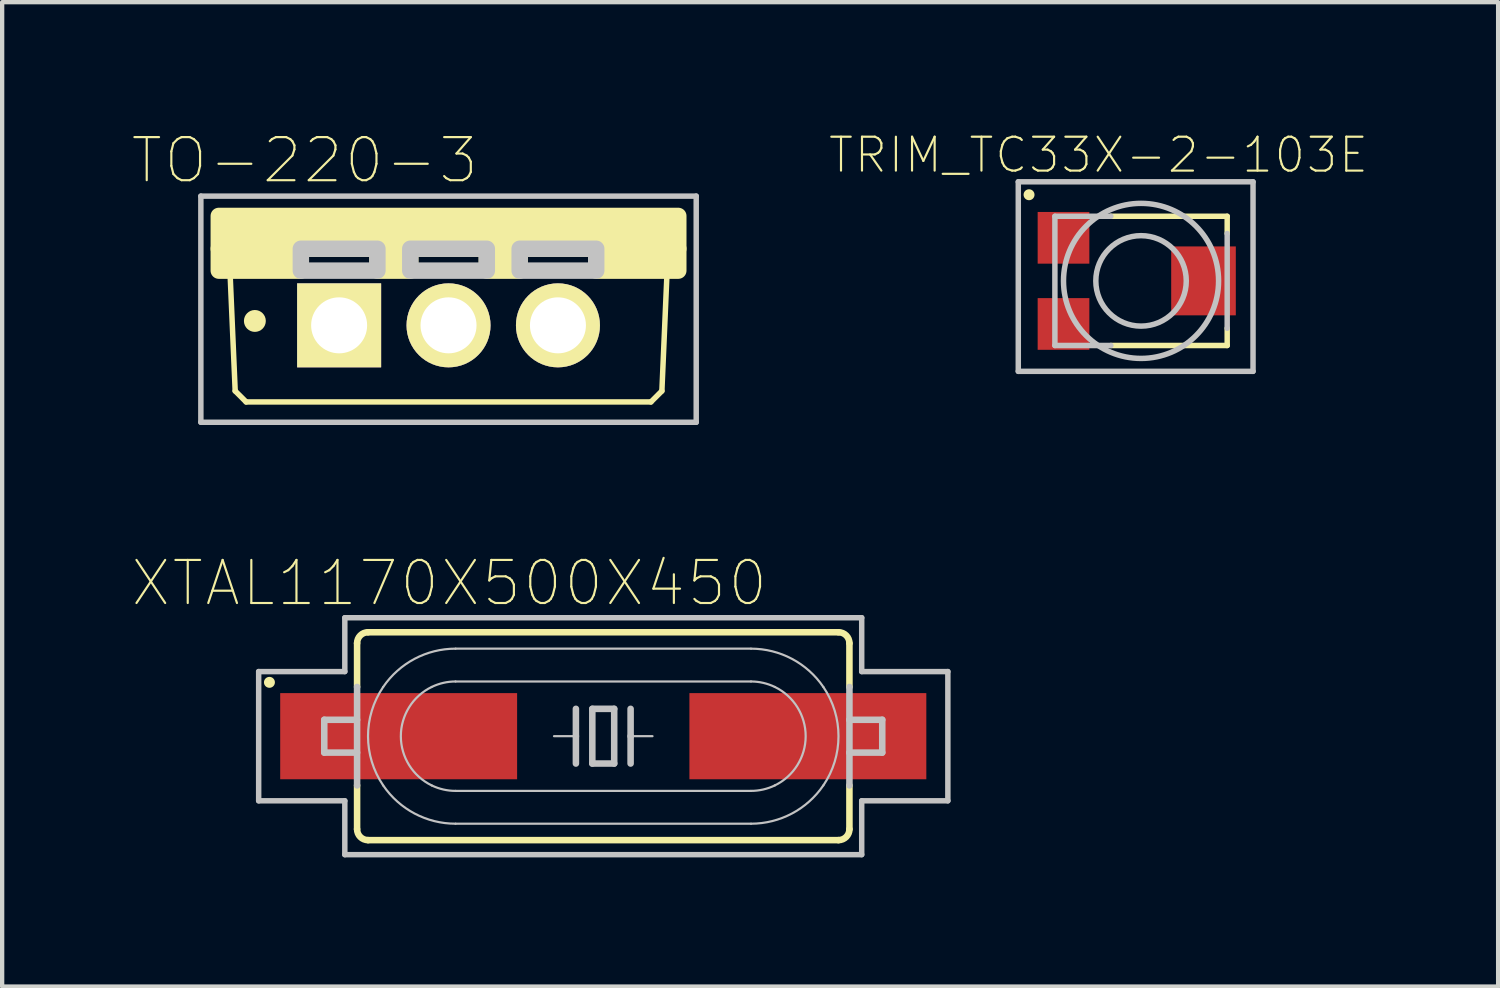
<source format=kicad_pcb>
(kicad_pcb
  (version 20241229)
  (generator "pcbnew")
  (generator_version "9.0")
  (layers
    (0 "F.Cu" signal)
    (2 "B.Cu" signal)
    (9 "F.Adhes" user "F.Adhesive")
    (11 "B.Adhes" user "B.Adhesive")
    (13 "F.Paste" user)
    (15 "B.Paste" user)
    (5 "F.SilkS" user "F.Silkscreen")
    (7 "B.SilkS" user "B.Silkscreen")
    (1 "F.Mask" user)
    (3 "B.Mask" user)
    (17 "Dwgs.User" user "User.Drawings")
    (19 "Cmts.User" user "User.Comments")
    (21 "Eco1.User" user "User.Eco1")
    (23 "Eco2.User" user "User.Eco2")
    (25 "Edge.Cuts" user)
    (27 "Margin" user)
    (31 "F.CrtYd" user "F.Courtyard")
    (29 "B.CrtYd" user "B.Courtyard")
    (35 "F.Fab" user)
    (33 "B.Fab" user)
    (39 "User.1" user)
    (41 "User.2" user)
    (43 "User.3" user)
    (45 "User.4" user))
  (footprint "TRIM_TC33X-2-103E"
    (layer "F.Cu")
    (at 23.44 3.471)
    (property "Reference" "TRIM_TC33X-2-103E" (at -0.988 -2.922 0) (layer "F.SilkS") (effects (font (size 0.787 0.787) (thickness 0.05))))
    (attr smd)
    (fp_line (start -0.7 -1.5) (end 2 -1.5) (stroke (width 0.127) (type solid)) (layer "F.SilkS"))
    (fp_line (start 2 -1.5) (end 2 -1.1) (stroke (width 0.127) (type solid)) (layer "F.SilkS"))
    (fp_line (start 2 1.1) (end 2 1.5) (stroke (width 0.127) (type solid)) (layer "F.SilkS"))
    (fp_line (start 2 1.5) (end -0.7 1.5) (stroke (width 0.127) (type solid)) (layer "F.SilkS"))
    (fp_circle (center -2.6 -2) (end -2.473 -2) (stroke (width 0) (type solid)) (fill yes) (layer "F.SilkS"))
    (fp_line (start -2.85 -2.3) (end -2.85 2.1) (stroke (width 0.127) (type solid)) (layer "Dwgs.User"))
    (fp_line (start -2.85 2.1) (end 2.6 2.1) (stroke (width 0.127) (type solid)) (layer "Dwgs.User"))
    (fp_line (start -2 -1.5) (end -0.7 -1.5) (stroke (width 0.127) (type solid)) (layer "Dwgs.User"))
    (fp_line (start -2 1.5) (end -2 -1.5) (stroke (width 0.127) (type solid)) (layer "Dwgs.User"))
    (fp_line (start -0.7 1.5) (end -2 1.5) (stroke (width 0.127) (type solid)) (layer "Dwgs.User"))
    (fp_line (start 2 -1.1) (end 2 1.1) (stroke (width 0.127) (type solid)) (layer "Dwgs.User"))
    (fp_line (start 2.6 -2.3) (end -2.85 -2.3) (stroke (width 0.127) (type solid)) (layer "Dwgs.User"))
    (fp_line (start 2.6 2.1) (end 2.6 -2.3) (stroke (width 0.127) (type solid)) (layer "Dwgs.User"))
    (fp_circle (center 0 0) (end 1.05 0) (stroke (width 0.127) (type solid)) (fill no) (layer "Dwgs.User"))
    (fp_circle (center 0 0) (end 1.8 0) (stroke (width 0.127) (type solid)) (fill no) (layer "Dwgs.User"))
    (pad "1" smd rect (at -1.8 -1) (size 1.2 1.2) (layers "F.Cu" "F.Mask" "F.Paste"))
    (pad "2" smd rect (at 1.45 0) (size 1.5 1.6) (layers "F.Cu" "F.Mask" "F.Paste"))
    (pad "3" smd rect (at -1.8 1) (size 1.2 1.2) (layers "F.Cu" "F.Mask" "F.Paste")))
  (footprint "TO-220-3"
    (layer "F.Cu")
    (at 7.363 4.503)
    (property "Reference" "TO-220-3" (at -3.34 -3.83 0) (layer "F.SilkS") (effects (font (size 1 1) (thickness 0.05))))
    (attr through_hole)
    (fp_line (start -4.953 1.524) (end -5.08 -1.397) (stroke (width 0.127) (type solid)) (layer "F.SilkS"))
    (fp_line (start -4.953 1.524) (end -4.699 1.778) (stroke (width 0.127) (type solid)) (layer "F.SilkS"))
    (fp_line (start 4.699 1.778) (end -4.699 1.778) (stroke (width 0.127) (type solid)) (layer "F.SilkS"))
    (fp_line (start 4.699 1.778) (end 4.953 1.524) (stroke (width 0.127) (type solid)) (layer "F.SilkS"))
    (fp_line (start 5.08 -1.397) (end 4.953 1.524) (stroke (width 0.127) (type solid)) (layer "F.SilkS"))
    (fp_circle (center -4.496 -0.102) (end -4.242 -0.102) (stroke (width 0) (type solid)) (fill yes) (layer "F.SilkS"))
    (fp_poly (pts (xy -5.334 -2.54) (xy 5.334 -2.54) (xy 5.334 -1.778) (xy -5.334 -1.778)) (stroke (width 0.381) (type solid)) (fill yes) (layer "F.SilkS"))
    (fp_poly (pts (xy -5.334 -1.778) (xy -3.429 -1.778) (xy -3.429 -1.27) (xy -5.334 -1.27)) (stroke (width 0.381) (type solid)) (fill yes) (layer "F.SilkS"))
    (fp_poly (pts (xy -1.651 -1.778) (xy -0.889 -1.778) (xy -0.889 -1.27) (xy -1.651 -1.27)) (stroke (width 0.381) (type solid)) (fill yes) (layer "F.SilkS"))
    (fp_poly (pts (xy 0.889 -1.778) (xy 1.651 -1.778) (xy 1.651 -1.27) (xy 0.889 -1.27)) (stroke (width 0.381) (type solid)) (fill yes) (layer "F.SilkS"))
    (fp_poly (pts (xy 3.429 -1.778) (xy 5.334 -1.778) (xy 5.334 -1.27) (xy 3.429 -1.27)) (stroke (width 0.381) (type solid)) (fill yes) (layer "F.SilkS"))
    (fp_line (start -5.75 -3) (end 5.75 -3) (stroke (width 0.127) (type solid)) (layer "Dwgs.User"))
    (fp_line (start -5.75 2.25) (end -5.75 -3) (stroke (width 0.127) (type solid)) (layer "Dwgs.User"))
    (fp_line (start 5.75 -3) (end 5.75 2.25) (stroke (width 0.127) (type solid)) (layer "Dwgs.User"))
    (fp_line (start 5.75 2.25) (end -5.75 2.25) (stroke (width 0.127) (type solid)) (layer "Dwgs.User"))
    (fp_poly (pts (xy -3.429 -1.778) (xy -1.651 -1.778) (xy -1.651 -1.27) (xy -3.429 -1.27)) (stroke (width 0.381) (type solid)) (fill no) (layer "Dwgs.User"))
    (fp_poly (pts (xy -0.889 -1.778) (xy 0.889 -1.778) (xy 0.889 -1.27) (xy -0.889 -1.27)) (stroke (width 0.381) (type solid)) (fill no) (layer "Dwgs.User"))
    (fp_poly (pts (xy 1.651 -1.778) (xy 3.429 -1.778) (xy 3.429 -1.27) (xy 1.651 -1.27)) (stroke (width 0.381) (type solid)) (fill no) (layer "Dwgs.User"))
    (pad "1" thru_hole rect (at -2.54 0 90) (size 1.95 1.95) (drill 1.3) (layers "*.Cu" "*.Mask" "F.SilkS"))
    (pad "2" thru_hole circle (at 0 0 90) (size 1.95 1.95) (drill 1.3) (layers "*.Cu" "*.Mask" "F.SilkS"))
    (pad "3" thru_hole circle (at 2.54 0 90) (size 1.95 1.95) (drill 1.3) (layers "*.Cu" "*.Mask" "F.SilkS")))
  (footprint "XTAL1170X500X450"
    (layer "F.Cu")
    (at 10.955 14.041)
    (property "Reference" "XTAL1170X500X450" (at -3.575 -3.552 0) (layer "F.SilkS") (effects (font (size 1 1) (thickness 0.05))))
    (attr smd)
    (fp_line (start -5.715 -2.159) (end -5.715 -1.143) (stroke (width 0.152) (type solid)) (layer "F.SilkS"))
    (fp_line (start -5.715 1.143) (end -5.715 2.159) (stroke (width 0.152) (type solid)) (layer "F.SilkS"))
    (fp_line (start -5.461 -2.413) (end 5.461 -2.413) (stroke (width 0.152) (type solid)) (layer "F.SilkS"))
    (fp_line (start -5.461 2.413) (end 5.461 2.413) (stroke (width 0.152) (type solid)) (layer "F.SilkS"))
    (fp_line (start 5.715 -2.159) (end 5.715 -1.143) (stroke (width 0.152) (type solid)) (layer "F.SilkS"))
    (fp_line (start 5.715 1.143) (end 5.715 2.159) (stroke (width 0.152) (type solid)) (layer "F.SilkS"))
    (fp_arc (start -5.715 -2.159) (mid -5.640605 -2.338605) (end -5.461 -2.413) (stroke (width 0.1524) (type solid)) (layer "F.SilkS"))
    (fp_arc (start -5.461 2.413) (mid -5.640605 2.338605) (end -5.715 2.159) (stroke (width 0.1524) (type solid)) (layer "F.SilkS"))
    (fp_arc (start 5.461 -2.413) (mid 5.640605 -2.338605) (end 5.715 -2.159) (stroke (width 0.1524) (type solid)) (layer "F.SilkS"))
    (fp_arc (start 5.715 2.159) (mid 5.640605 2.338605) (end 5.461 2.413) (stroke (width 0.1524) (type solid)) (layer "F.SilkS"))
    (fp_circle (center -7.75 -1.25) (end -7.623 -1.25) (stroke (width 0) (type solid)) (fill yes) (layer "F.SilkS"))
    (fp_line (start -8 -1.5) (end -8 1.5) (stroke (width 0.127) (type solid)) (layer "Dwgs.User"))
    (fp_line (start -8 1.5) (end -6 1.5) (stroke (width 0.127) (type solid)) (layer "Dwgs.User"))
    (fp_line (start -6.477 -0.381) (end -6.477 0.381) (stroke (width 0.152) (type solid)) (layer "Dwgs.User"))
    (fp_line (start -6 -2.75) (end -6 -1.5) (stroke (width 0.127) (type solid)) (layer "Dwgs.User"))
    (fp_line (start -6 -1.5) (end -8 -1.5) (stroke (width 0.127) (type solid)) (layer "Dwgs.User"))
    (fp_line (start -6 1.5) (end -6 2.75) (stroke (width 0.127) (type solid)) (layer "Dwgs.User"))
    (fp_line (start -6 2.75) (end 6 2.75) (stroke (width 0.127) (type solid)) (layer "Dwgs.User"))
    (fp_line (start -5.715 -1.143) (end -5.715 1.143) (stroke (width 0.152) (type solid)) (layer "Dwgs.User"))
    (fp_line (start -5.715 -0.381) (end -6.477 -0.381) (stroke (width 0.152) (type solid)) (layer "Dwgs.User"))
    (fp_line (start -5.715 0.381) (end -6.477 0.381) (stroke (width 0.152) (type solid)) (layer "Dwgs.User"))
    (fp_line (start -3.429 -2.032) (end 3.429 -2.032) (stroke (width 0.051) (type solid)) (layer "Dwgs.User"))
    (fp_line (start -3.429 -1.27) (end 3.429 -1.27) (stroke (width 0.051) (type solid)) (layer "Dwgs.User"))
    (fp_line (start -0.635 -0.635) (end -0.635 0) (stroke (width 0.152) (type solid)) (layer "Dwgs.User"))
    (fp_line (start -0.635 0) (end -1.143 0) (stroke (width 0.051) (type solid)) (layer "Dwgs.User"))
    (fp_line (start -0.635 0) (end -0.635 0.635) (stroke (width 0.152) (type solid)) (layer "Dwgs.User"))
    (fp_line (start -0.254 -0.635) (end -0.254 0.635) (stroke (width 0.152) (type solid)) (layer "Dwgs.User"))
    (fp_line (start -0.254 0.635) (end 0.254 0.635) (stroke (width 0.152) (type solid)) (layer "Dwgs.User"))
    (fp_line (start 0.254 -0.635) (end -0.254 -0.635) (stroke (width 0.152) (type solid)) (layer "Dwgs.User"))
    (fp_line (start 0.254 0.635) (end 0.254 -0.635) (stroke (width 0.152) (type solid)) (layer "Dwgs.User"))
    (fp_line (start 0.635 -0.635) (end 0.635 0) (stroke (width 0.152) (type solid)) (layer "Dwgs.User"))
    (fp_line (start 0.635 0) (end 0.635 0.635) (stroke (width 0.152) (type solid)) (layer "Dwgs.User"))
    (fp_line (start 0.635 0) (end 1.143 0) (stroke (width 0.051) (type solid)) (layer "Dwgs.User"))
    (fp_line (start 3.429 1.27) (end -3.429 1.27) (stroke (width 0.051) (type solid)) (layer "Dwgs.User"))
    (fp_line (start 3.429 2.032) (end -3.429 2.032) (stroke (width 0.051) (type solid)) (layer "Dwgs.User"))
    (fp_line (start 5.715 -1.143) (end 5.715 -0.381) (stroke (width 0.152) (type solid)) (layer "Dwgs.User"))
    (fp_line (start 5.715 -0.381) (end 5.715 0.381) (stroke (width 0.152) (type solid)) (layer "Dwgs.User"))
    (fp_line (start 5.715 -0.381) (end 6.477 -0.381) (stroke (width 0.152) (type solid)) (layer "Dwgs.User"))
    (fp_line (start 5.715 0.381) (end 5.715 1.143) (stroke (width 0.152) (type solid)) (layer "Dwgs.User"))
    (fp_line (start 5.715 0.381) (end 6.477 0.381) (stroke (width 0.152) (type solid)) (layer "Dwgs.User"))
    (fp_line (start 6 -2.75) (end -6 -2.75) (stroke (width 0.127) (type solid)) (layer "Dwgs.User"))
    (fp_line (start 6 -1.5) (end 6 -2.75) (stroke (width 0.127) (type solid)) (layer "Dwgs.User"))
    (fp_line (start 6 1.5) (end 8 1.5) (stroke (width 0.127) (type solid)) (layer "Dwgs.User"))
    (fp_line (start 6 2.75) (end 6 1.5) (stroke (width 0.127) (type solid)) (layer "Dwgs.User"))
    (fp_line (start 6.477 -0.381) (end 6.477 0.381) (stroke (width 0.152) (type solid)) (layer "Dwgs.User"))
    (fp_line (start 8 -1.5) (end 6 -1.5) (stroke (width 0.127) (type solid)) (layer "Dwgs.User"))
    (fp_line (start 8 1.5) (end 8 -1.5) (stroke (width 0.127) (type solid)) (layer "Dwgs.User"))
    (fp_arc (start -5.1091 1.143) (mid -5.461039 0.000997) (end -5.110221 -1.141351) (stroke (width 0.0508) (type solid)) (layer "Dwgs.User"))
    (fp_arc (start -5.107684 -1.145083) (mid -4.378305 -1.796696) (end -3.429 -2.0321) (stroke (width 0.0508) (type solid)) (layer "Dwgs.User"))
    (fp_arc (start -3.9826 1.143) (mid -4.699014 0.00017) (end -3.982906 -1.142852) (stroke (width 0.0508) (type solid)) (layer "Dwgs.User"))
    (fp_arc (start -3.981746 -1.143413) (mid -3.712528 -1.237951) (end -3.429 -1.27) (stroke (width 0.0508) (type solid)) (layer "Dwgs.User"))
    (fp_arc (start -3.429 1.27) (mid -3.712529 1.237951) (end -3.981746 1.143413) (stroke (width 0.0508) (type solid)) (layer "Dwgs.User"))
    (fp_arc (start -3.429 2.032) (mid -4.378271 1.796664) (end -5.107653 1.145127) (stroke (width 0.0508) (type solid)) (layer "Dwgs.User"))
    (fp_arc (start 3.429949 -1.269999) (mid 3.713453 -1.237738) (end 3.9826 -1.143) (stroke (width 0.0508) (type solid)) (layer "Dwgs.User"))
    (fp_arc (start 3.431572 -2.031997) (mid 4.380544 -1.79546) (end 5.1091 -1.143) (stroke (width 0.0508) (type solid)) (layer "Dwgs.User"))
    (fp_arc (start 3.9826 1.143) (mid 3.713453 1.237739) (end 3.429949 1.269999) (stroke (width 0.0508) (type solid)) (layer "Dwgs.User"))
    (fp_arc (start 3.982906 -1.142852) (mid 4.699015 0.00017) (end 3.9826 1.143) (stroke (width 0.0508) (type solid)) (layer "Dwgs.User"))
    (fp_arc (start 5.109 1.1429) (mid 4.380483 1.795404) (end 3.431524 2.031999) (stroke (width 0.0508) (type solid)) (layer "Dwgs.User"))
    (fp_arc (start 5.110221 -1.141351) (mid 5.46104 0.000997) (end 5.1091 1.143) (stroke (width 0.0508) (type solid)) (layer "Dwgs.User"))
    (pad "1" smd rect (at -4.75 0) (size 5.5 2) (layers "F.Cu" "F.Mask" "F.Paste"))
    (pad "2" smd rect (at 4.75 0) (size 5.5 2) (layers "F.Cu" "F.Mask" "F.Paste")))
  (gr_rect
    (start -3 -3)
    (end 31.73 19.854)
    (stroke (width 0.1) (type default))
    (fill no)
    (layer "Edge.Cuts")))
</source>
